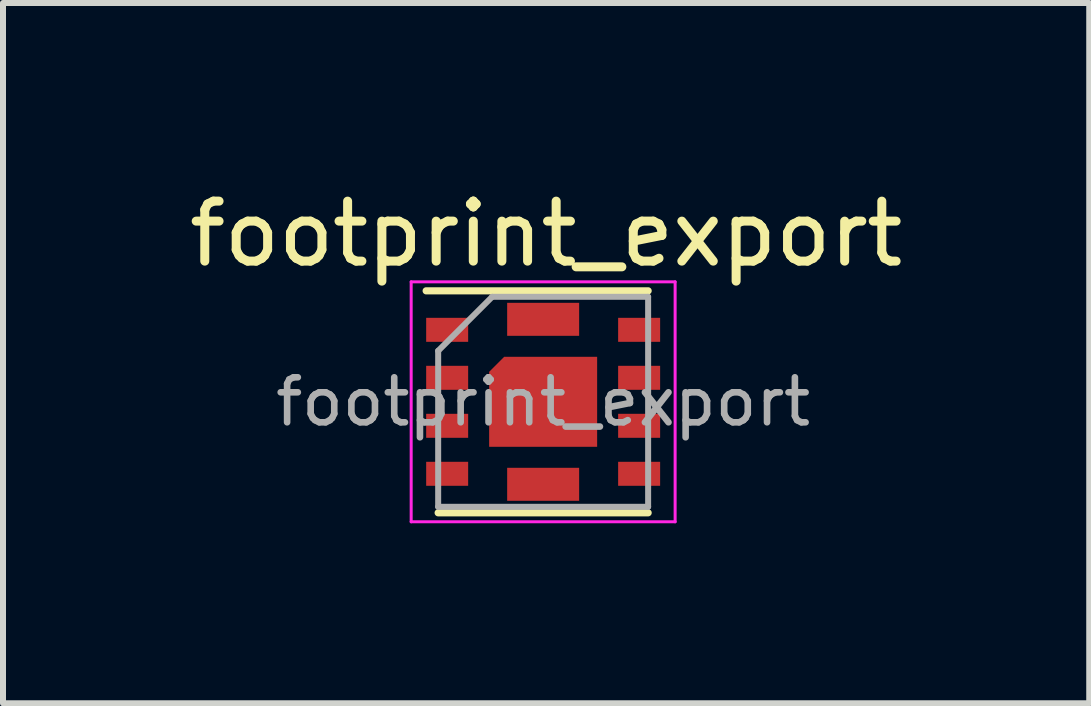
<source format=kicad_pcb>
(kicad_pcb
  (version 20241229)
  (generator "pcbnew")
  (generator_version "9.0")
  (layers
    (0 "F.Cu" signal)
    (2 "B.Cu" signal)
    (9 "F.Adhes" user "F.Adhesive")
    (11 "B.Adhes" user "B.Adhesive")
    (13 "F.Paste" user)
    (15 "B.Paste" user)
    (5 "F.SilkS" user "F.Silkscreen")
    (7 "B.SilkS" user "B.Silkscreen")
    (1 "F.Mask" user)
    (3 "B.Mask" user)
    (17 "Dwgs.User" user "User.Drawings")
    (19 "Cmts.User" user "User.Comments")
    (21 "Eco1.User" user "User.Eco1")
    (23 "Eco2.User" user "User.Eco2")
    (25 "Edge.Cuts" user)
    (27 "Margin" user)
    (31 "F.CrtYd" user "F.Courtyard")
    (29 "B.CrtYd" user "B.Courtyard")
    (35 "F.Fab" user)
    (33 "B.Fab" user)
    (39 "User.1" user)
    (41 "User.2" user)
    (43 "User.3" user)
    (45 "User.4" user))
  (footprint "footprint_export"
    (layer "F.Cu")
    (at 6.004 3.648)
    (property "Reference" "footprint_export" (at 0.05 -2.8 0) (layer "F.SilkS") (effects (font (size 1 1) (thickness 0.15))))
    (attr smd)
    (fp_line (start -1.75 1.85) (end 1.75 1.85) (stroke (width 0.12) (type solid)) (layer "F.SilkS"))
    (fp_line (start 1.75 -1.85) (end -1.95 -1.85) (stroke (width 0.12) (type solid)) (layer "F.SilkS"))
    (fp_line (start -2.2 -2) (end -2.2 2) (stroke (width 0.05) (type solid)) (layer "F.CrtYd"))
    (fp_line (start -2.2 2) (end 2.2 2) (stroke (width 0.05) (type solid)) (layer "F.CrtYd"))
    (fp_line (start 2.2 -2) (end -2.2 -2) (stroke (width 0.05) (type solid)) (layer "F.CrtYd"))
    (fp_line (start 2.2 2) (end 2.2 -2) (stroke (width 0.05) (type solid)) (layer "F.CrtYd"))
    (fp_line (start -1.75 -0.85) (end -1.75 1.75) (stroke (width 0.1) (type solid)) (layer "F.Fab"))
    (fp_line (start -1.75 1.75) (end 1.75 1.75) (stroke (width 0.1) (type solid)) (layer "F.Fab"))
    (fp_line (start -0.85 -1.75) (end -1.75 -0.85) (stroke (width 0.1) (type solid)) (layer "F.Fab"))
    (fp_line (start 1.75 -1.75) (end -0.85 -1.75) (stroke (width 0.1) (type solid)) (layer "F.Fab"))
    (fp_line (start 1.75 1.75) (end 1.75 -1.75) (stroke (width 0.1) (type solid)) (layer "F.Fab"))
    (fp_text user "${REFERENCE}" (at 0 0 0) (layer "F.Fab") (effects (font (size 0.75 0.75) (thickness 0.11))))
    (pad "" smd custom (at -0.45 -0.375) (size 0.75 0.1) (layers "F.Paste") (options (anchor rect)) (primitives (gr_poly (pts (xy 0.375 0.3) (xy -0.375 0.3) (xy -0.375 -0.05) (xy -0.125 -0.3) (xy 0.375 -0.3)) (width 0) (fill yes))))
    (pad "" smd rect (at -0.45 0.375) (size 0.75 0.6) (layers "F.Paste"))
    (pad "" smd rect (at -0.3 -1.375) (size 0.45 0.55) (layers "F.Paste"))
    (pad "" smd rect (at -0.3 1.375) (size 0.45 0.55) (layers "F.Paste"))
    (pad "" smd rect (at 0.3 -1.375) (size 0.45 0.55) (layers "F.Paste"))
    (pad "" smd rect (at 0.3 1.375) (size 0.45 0.55) (layers "F.Paste"))
    (pad "" smd rect (at 0.45 -0.375) (size 0.75 0.6) (layers "F.Paste"))
    (pad "" smd rect (at 0.45 0.375) (size 0.75 0.6) (layers "F.Paste"))
    (pad "1" smd rect (at -1.6 -1.2) (size 0.7 0.4) (layers "F.Cu" "F.Mask" "F.Paste"))
    (pad "2" smd rect (at -1.6 -0.4) (size 0.7 0.4) (layers "F.Cu" "F.Mask" "F.Paste"))
    (pad "3" smd rect (at -1.6 0.4) (size 0.7 0.4) (layers "F.Cu" "F.Mask" "F.Paste"))
    (pad "4" smd rect (at -1.6 1.2) (size 0.7 0.4) (layers "F.Cu" "F.Mask" "F.Paste"))
    (pad "5" smd rect (at 1.6 1.2) (size 0.7 0.4) (layers "F.Cu" "F.Mask" "F.Paste"))
    (pad "6" smd rect (at 1.6 0.4) (size 0.7 0.4) (layers "F.Cu" "F.Mask" "F.Paste"))
    (pad "7" smd rect (at 1.6 -0.4) (size 0.7 0.4) (layers "F.Cu" "F.Mask" "F.Paste"))
    (pad "8" smd rect (at 1.6 -1.2) (size 0.7 0.4) (layers "F.Cu" "F.Mask" "F.Paste"))
    (pad "9" smd rect (at 0 1.375) (size 1.2 0.55) (layers "F.Cu" "F.Mask"))
    (pad "10" smd custom (at 0 0) (size 1.8 1) (layers "F.Cu" "F.Mask") (options (anchor rect)) (primitives (gr_poly (pts (xy 0.9 0.75) (xy -0.9 0.75) (xy -0.9 -0.5) (xy -0.65 -0.75) (xy 0.9 -0.75)) (width 0) (fill yes))))
    (pad "11" smd rect (at 0 -1.375) (size 1.2 0.55) (layers "F.Cu" "F.Mask")))
  (gr_rect
    (start -3 -3)
    (end 15.107 8.673)
    (stroke (width 0.1) (type default))
    (fill no)
    (layer "Edge.Cuts")))
</source>
